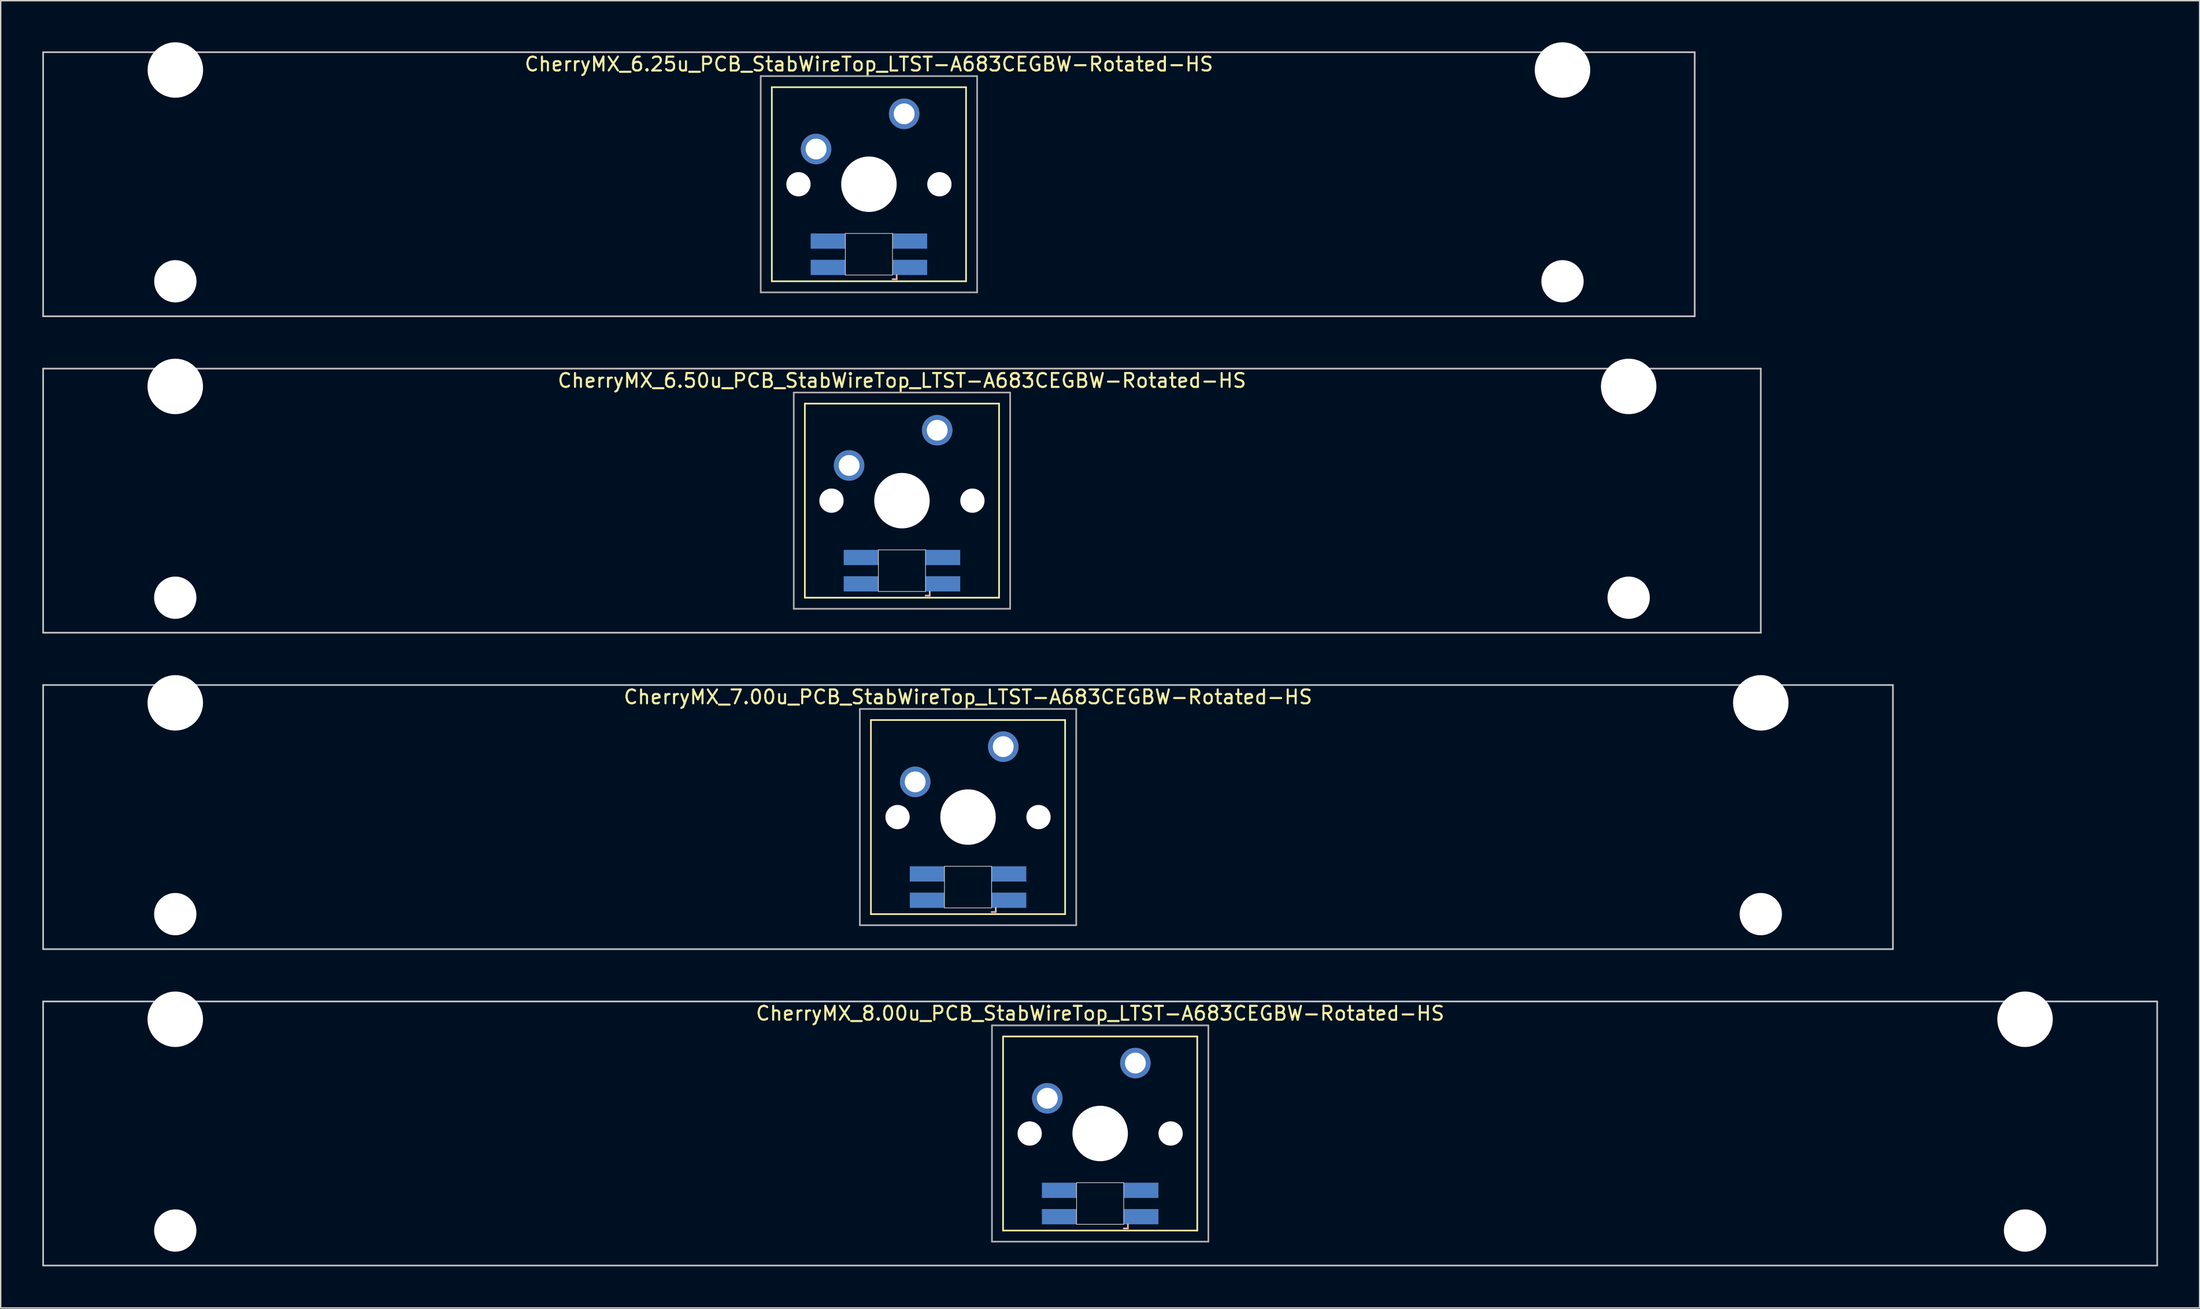
<source format=kicad_pcb>
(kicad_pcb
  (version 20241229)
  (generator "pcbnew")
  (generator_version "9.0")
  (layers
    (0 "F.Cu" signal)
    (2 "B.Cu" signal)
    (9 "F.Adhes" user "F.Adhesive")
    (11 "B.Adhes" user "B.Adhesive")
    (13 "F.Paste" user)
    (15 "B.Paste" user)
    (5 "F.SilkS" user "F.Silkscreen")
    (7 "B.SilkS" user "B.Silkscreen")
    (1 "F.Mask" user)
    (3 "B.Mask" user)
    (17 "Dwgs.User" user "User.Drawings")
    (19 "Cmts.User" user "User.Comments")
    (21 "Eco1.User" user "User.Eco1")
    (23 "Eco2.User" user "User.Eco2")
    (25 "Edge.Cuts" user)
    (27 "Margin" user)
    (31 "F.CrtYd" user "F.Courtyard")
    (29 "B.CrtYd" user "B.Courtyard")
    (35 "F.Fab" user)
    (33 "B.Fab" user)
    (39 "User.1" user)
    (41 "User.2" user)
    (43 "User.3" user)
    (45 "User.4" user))
  (footprint "CherryMX_6.50u_PCB_StabWireTop_LTST-A683CEGBW-Rotated-HS"
    (layer "F.Cu")
    (at 61.972 33.065)
    (property "Reference" "CherryMX_6.50u_PCB_StabWireTop_LTST-A683CEGBW-Rotated-HS" (at 0 -8.662 0) (layer "F.SilkS") (effects (font (size 1 1) (thickness 0.15))))
    (attr through_hole)
    (fp_line (start -7 -7) (end -7 7) (stroke (width 0.12) (type solid)) (layer "F.SilkS"))
    (fp_line (start -7 -7) (end 7 -7) (stroke (width 0.12) (type solid)) (layer "F.SilkS"))
    (fp_line (start 7 -7) (end 7 7) (stroke (width 0.12) (type solid)) (layer "F.SilkS"))
    (fp_line (start 7 7) (end -7 7) (stroke (width 0.12) (type solid)) (layer "F.SilkS"))
    (fp_line (start 1.7 6.85) (end 2 6.85) (stroke (width 0.12) (type solid)) (layer "B.SilkS"))
    (fp_line (start 2 6.85) (end 2 6.55) (stroke (width 0.12) (type solid)) (layer "B.SilkS"))
    (fp_line (start -61.913 -9.525) (end 61.913 -9.525) (stroke (width 0.12) (type solid)) (layer "Dwgs.User"))
    (fp_line (start -61.913 9.525) (end -61.913 -9.525) (stroke (width 0.12) (type solid)) (layer "Dwgs.User"))
    (fp_line (start 61.913 -9.525) (end 61.913 9.525) (stroke (width 0.12) (type solid)) (layer "Dwgs.User"))
    (fp_line (start 61.913 9.525) (end -61.913 9.525) (stroke (width 0.12) (type solid)) (layer "Dwgs.User"))
    (fp_line (start -1.7 3.55) (end 1.7 3.55) (stroke (width 0.05) (type solid)) (layer "Edge.Cuts"))
    (fp_line (start -1.7 6.55) (end -1.7 3.55) (stroke (width 0.05) (type solid)) (layer "Edge.Cuts"))
    (fp_line (start 1.7 3.55) (end 1.7 6.55) (stroke (width 0.05) (type solid)) (layer "Edge.Cuts"))
    (fp_line (start 1.7 6.55) (end -1.7 6.55) (stroke (width 0.05) (type solid)) (layer "Edge.Cuts"))
    (fp_line (start -7.8 -7.8) (end -7.8 7.8) (stroke (width 0.12) (type solid)) (layer "F.Fab"))
    (fp_line (start -7.8 -7.8) (end 7.8 -7.8) (stroke (width 0.12) (type solid)) (layer "F.Fab"))
    (fp_line (start -7.8 7.8) (end 7.8 7.8) (stroke (width 0.12) (type solid)) (layer "F.Fab"))
    (fp_line (start 7.8 -7.8) (end 7.8 7.8) (stroke (width 0.12) (type solid)) (layer "F.Fab"))
    (pad "" np_thru_hole circle (at -52.388 -8.24) (size 4 4) (drill 4) (layers "*.Cu" "*.Mask"))
    (pad "" np_thru_hole circle (at -52.388 7) (size 3.05 3.05) (drill 3.05) (layers "*.Cu" "*.Mask"))
    (pad "" np_thru_hole circle (at -5.08 0) (size 1.75 1.75) (drill 1.75) (layers "*.Cu" "*.Mask"))
    (pad "" np_thru_hole circle (at 0 0) (size 4 4) (drill 4) (layers "*.Cu" "*.Mask"))
    (pad "" np_thru_hole circle (at 5.08 0) (size 1.75 1.75) (drill 1.75) (layers "*.Cu" "*.Mask"))
    (pad "" np_thru_hole circle (at 52.388 -8.24) (size 4 4) (drill 4) (layers "*.Cu" "*.Mask"))
    (pad "" np_thru_hole circle (at 52.388 7) (size 3.05 3.05) (drill 3.05) (layers "*.Cu" "*.Mask"))
    (pad "1" thru_hole circle (at -3.81 -2.54) (size 2.2 2.2) (drill 1.5) (layers "*.Cu" "*.Mask"))
    (pad "2" thru_hole circle (at 2.54 -5.08) (size 2.2 2.2) (drill 1.5) (layers "*.Cu" "*.Mask"))
    (pad "3" smd rect (at 2.95 6) (size 2.5 1.1) (layers "B.Cu" "B.Mask" "B.Paste"))
    (pad "4" smd rect (at 2.95 4.1) (size 2.5 1.1) (layers "B.Cu" "B.Mask" "B.Paste"))
    (pad "5" smd rect (at -2.95 6) (size 2.5 1.1) (layers "B.Cu" "B.Mask" "B.Paste"))
    (pad "6" smd rect (at -2.95 4.1) (size 2.5 1.1) (layers "B.Cu" "B.Mask" "B.Paste")))
  (footprint "CherryMX_8.00u_PCB_StabWireTop_LTST-A683CEGBW-Rotated-HS"
    (layer "F.Cu")
    (at 76.26 78.715)
    (property "Reference" "CherryMX_8.00u_PCB_StabWireTop_LTST-A683CEGBW-Rotated-HS" (at 0 -8.662 0) (layer "F.SilkS") (effects (font (size 1 1) (thickness 0.15))))
    (attr through_hole)
    (fp_line (start -7 -7) (end -7 7) (stroke (width 0.12) (type solid)) (layer "F.SilkS"))
    (fp_line (start -7 -7) (end 7 -7) (stroke (width 0.12) (type solid)) (layer "F.SilkS"))
    (fp_line (start 7 -7) (end 7 7) (stroke (width 0.12) (type solid)) (layer "F.SilkS"))
    (fp_line (start 7 7) (end -7 7) (stroke (width 0.12) (type solid)) (layer "F.SilkS"))
    (fp_line (start 1.7 6.85) (end 2 6.85) (stroke (width 0.12) (type solid)) (layer "B.SilkS"))
    (fp_line (start 2 6.85) (end 2 6.55) (stroke (width 0.12) (type solid)) (layer "B.SilkS"))
    (fp_line (start -76.2 -9.525) (end 76.2 -9.525) (stroke (width 0.12) (type solid)) (layer "Dwgs.User"))
    (fp_line (start -76.2 9.525) (end -76.2 -9.525) (stroke (width 0.12) (type solid)) (layer "Dwgs.User"))
    (fp_line (start 76.2 -9.525) (end 76.2 9.525) (stroke (width 0.12) (type solid)) (layer "Dwgs.User"))
    (fp_line (start 76.2 9.525) (end -76.2 9.525) (stroke (width 0.12) (type solid)) (layer "Dwgs.User"))
    (fp_line (start -1.7 3.55) (end 1.7 3.55) (stroke (width 0.05) (type solid)) (layer "Edge.Cuts"))
    (fp_line (start -1.7 6.55) (end -1.7 3.55) (stroke (width 0.05) (type solid)) (layer "Edge.Cuts"))
    (fp_line (start 1.7 3.55) (end 1.7 6.55) (stroke (width 0.05) (type solid)) (layer "Edge.Cuts"))
    (fp_line (start 1.7 6.55) (end -1.7 6.55) (stroke (width 0.05) (type solid)) (layer "Edge.Cuts"))
    (fp_line (start -7.8 -7.8) (end -7.8 7.8) (stroke (width 0.12) (type solid)) (layer "F.Fab"))
    (fp_line (start -7.8 -7.8) (end 7.8 -7.8) (stroke (width 0.12) (type solid)) (layer "F.Fab"))
    (fp_line (start -7.8 7.8) (end 7.8 7.8) (stroke (width 0.12) (type solid)) (layer "F.Fab"))
    (fp_line (start 7.8 -7.8) (end 7.8 7.8) (stroke (width 0.12) (type solid)) (layer "F.Fab"))
    (pad "" np_thru_hole circle (at -66.675 -8.24) (size 4 4) (drill 4) (layers "*.Cu" "*.Mask"))
    (pad "" np_thru_hole circle (at -66.675 7) (size 3.05 3.05) (drill 3.05) (layers "*.Cu" "*.Mask"))
    (pad "" np_thru_hole circle (at -5.08 0) (size 1.75 1.75) (drill 1.75) (layers "*.Cu" "*.Mask"))
    (pad "" np_thru_hole circle (at 0 0) (size 4 4) (drill 4) (layers "*.Cu" "*.Mask"))
    (pad "" np_thru_hole circle (at 5.08 0) (size 1.75 1.75) (drill 1.75) (layers "*.Cu" "*.Mask"))
    (pad "" np_thru_hole circle (at 66.675 -8.24) (size 4 4) (drill 4) (layers "*.Cu" "*.Mask"))
    (pad "" np_thru_hole circle (at 66.675 7) (size 3.05 3.05) (drill 3.05) (layers "*.Cu" "*.Mask"))
    (pad "1" thru_hole circle (at -3.81 -2.54) (size 2.2 2.2) (drill 1.5) (layers "*.Cu" "*.Mask"))
    (pad "2" thru_hole circle (at 2.54 -5.08) (size 2.2 2.2) (drill 1.5) (layers "*.Cu" "*.Mask"))
    (pad "3" smd rect (at 2.95 6) (size 2.5 1.1) (layers "B.Cu" "B.Mask" "B.Paste"))
    (pad "4" smd rect (at 2.95 4.1) (size 2.5 1.1) (layers "B.Cu" "B.Mask" "B.Paste"))
    (pad "5" smd rect (at -2.95 6) (size 2.5 1.1) (layers "B.Cu" "B.Mask" "B.Paste"))
    (pad "6" smd rect (at -2.95 4.1) (size 2.5 1.1) (layers "B.Cu" "B.Mask" "B.Paste")))
  (footprint "CherryMX_7.00u_PCB_StabWireTop_LTST-A683CEGBW-Rotated-HS"
    (layer "F.Cu")
    (at 66.735 55.89)
    (property "Reference" "CherryMX_7.00u_PCB_StabWireTop_LTST-A683CEGBW-Rotated-HS" (at 0 -8.662 0) (layer "F.SilkS") (effects (font (size 1 1) (thickness 0.15))))
    (attr through_hole)
    (fp_line (start -7 -7) (end -7 7) (stroke (width 0.12) (type solid)) (layer "F.SilkS"))
    (fp_line (start -7 -7) (end 7 -7) (stroke (width 0.12) (type solid)) (layer "F.SilkS"))
    (fp_line (start 7 -7) (end 7 7) (stroke (width 0.12) (type solid)) (layer "F.SilkS"))
    (fp_line (start 7 7) (end -7 7) (stroke (width 0.12) (type solid)) (layer "F.SilkS"))
    (fp_line (start 1.7 6.85) (end 2 6.85) (stroke (width 0.12) (type solid)) (layer "B.SilkS"))
    (fp_line (start 2 6.85) (end 2 6.55) (stroke (width 0.12) (type solid)) (layer "B.SilkS"))
    (fp_line (start -66.675 -9.525) (end 66.675 -9.525) (stroke (width 0.12) (type solid)) (layer "Dwgs.User"))
    (fp_line (start -66.675 9.525) (end -66.675 -9.525) (stroke (width 0.12) (type solid)) (layer "Dwgs.User"))
    (fp_line (start 66.675 -9.525) (end 66.675 9.525) (stroke (width 0.12) (type solid)) (layer "Dwgs.User"))
    (fp_line (start 66.675 9.525) (end -66.675 9.525) (stroke (width 0.12) (type solid)) (layer "Dwgs.User"))
    (fp_line (start -1.7 3.55) (end 1.7 3.55) (stroke (width 0.05) (type solid)) (layer "Edge.Cuts"))
    (fp_line (start -1.7 6.55) (end -1.7 3.55) (stroke (width 0.05) (type solid)) (layer "Edge.Cuts"))
    (fp_line (start 1.7 3.55) (end 1.7 6.55) (stroke (width 0.05) (type solid)) (layer "Edge.Cuts"))
    (fp_line (start 1.7 6.55) (end -1.7 6.55) (stroke (width 0.05) (type solid)) (layer "Edge.Cuts"))
    (fp_line (start -7.8 -7.8) (end -7.8 7.8) (stroke (width 0.12) (type solid)) (layer "F.Fab"))
    (fp_line (start -7.8 -7.8) (end 7.8 -7.8) (stroke (width 0.12) (type solid)) (layer "F.Fab"))
    (fp_line (start -7.8 7.8) (end 7.8 7.8) (stroke (width 0.12) (type solid)) (layer "F.Fab"))
    (fp_line (start 7.8 -7.8) (end 7.8 7.8) (stroke (width 0.12) (type solid)) (layer "F.Fab"))
    (pad "" np_thru_hole circle (at -57.15 -8.24) (size 4 4) (drill 4) (layers "*.Cu" "*.Mask"))
    (pad "" np_thru_hole circle (at -57.15 7) (size 3.05 3.05) (drill 3.05) (layers "*.Cu" "*.Mask"))
    (pad "" np_thru_hole circle (at -5.08 0) (size 1.75 1.75) (drill 1.75) (layers "*.Cu" "*.Mask"))
    (pad "" np_thru_hole circle (at 0 0) (size 4 4) (drill 4) (layers "*.Cu" "*.Mask"))
    (pad "" np_thru_hole circle (at 5.08 0) (size 1.75 1.75) (drill 1.75) (layers "*.Cu" "*.Mask"))
    (pad "" np_thru_hole circle (at 57.15 -8.24) (size 4 4) (drill 4) (layers "*.Cu" "*.Mask"))
    (pad "" np_thru_hole circle (at 57.15 7) (size 3.05 3.05) (drill 3.05) (layers "*.Cu" "*.Mask"))
    (pad "1" thru_hole circle (at -3.81 -2.54) (size 2.2 2.2) (drill 1.5) (layers "*.Cu" "*.Mask"))
    (pad "2" thru_hole circle (at 2.54 -5.08) (size 2.2 2.2) (drill 1.5) (layers "*.Cu" "*.Mask"))
    (pad "3" smd rect (at 2.95 6) (size 2.5 1.1) (layers "B.Cu" "B.Mask" "B.Paste"))
    (pad "4" smd rect (at 2.95 4.1) (size 2.5 1.1) (layers "B.Cu" "B.Mask" "B.Paste"))
    (pad "5" smd rect (at -2.95 6) (size 2.5 1.1) (layers "B.Cu" "B.Mask" "B.Paste"))
    (pad "6" smd rect (at -2.95 4.1) (size 2.5 1.1) (layers "B.Cu" "B.Mask" "B.Paste")))
  (footprint "CherryMX_6.25u_PCB_StabWireTop_LTST-A683CEGBW-Rotated-HS"
    (layer "F.Cu")
    (at 59.591 10.24)
    (property "Reference" "CherryMX_6.25u_PCB_StabWireTop_LTST-A683CEGBW-Rotated-HS" (at 0 -8.662 0) (layer "F.SilkS") (effects (font (size 1 1) (thickness 0.15))))
    (attr through_hole)
    (fp_line (start -7 -7) (end -7 7) (stroke (width 0.12) (type solid)) (layer "F.SilkS"))
    (fp_line (start -7 -7) (end 7 -7) (stroke (width 0.12) (type solid)) (layer "F.SilkS"))
    (fp_line (start 7 -7) (end 7 7) (stroke (width 0.12) (type solid)) (layer "F.SilkS"))
    (fp_line (start 7 7) (end -7 7) (stroke (width 0.12) (type solid)) (layer "F.SilkS"))
    (fp_line (start 1.7 6.85) (end 2 6.85) (stroke (width 0.12) (type solid)) (layer "B.SilkS"))
    (fp_line (start 2 6.85) (end 2 6.55) (stroke (width 0.12) (type solid)) (layer "B.SilkS"))
    (fp_line (start -59.531 -9.525) (end 59.531 -9.525) (stroke (width 0.12) (type solid)) (layer "Dwgs.User"))
    (fp_line (start -59.531 9.525) (end -59.531 -9.525) (stroke (width 0.12) (type solid)) (layer "Dwgs.User"))
    (fp_line (start 59.531 -9.525) (end 59.531 9.525) (stroke (width 0.12) (type solid)) (layer "Dwgs.User"))
    (fp_line (start 59.531 9.525) (end -59.531 9.525) (stroke (width 0.12) (type solid)) (layer "Dwgs.User"))
    (fp_line (start -1.7 3.55) (end 1.7 3.55) (stroke (width 0.05) (type solid)) (layer "Edge.Cuts"))
    (fp_line (start -1.7 6.55) (end -1.7 3.55) (stroke (width 0.05) (type solid)) (layer "Edge.Cuts"))
    (fp_line (start 1.7 3.55) (end 1.7 6.55) (stroke (width 0.05) (type solid)) (layer "Edge.Cuts"))
    (fp_line (start 1.7 6.55) (end -1.7 6.55) (stroke (width 0.05) (type solid)) (layer "Edge.Cuts"))
    (fp_line (start -7.8 -7.8) (end -7.8 7.8) (stroke (width 0.12) (type solid)) (layer "F.Fab"))
    (fp_line (start -7.8 -7.8) (end 7.8 -7.8) (stroke (width 0.12) (type solid)) (layer "F.Fab"))
    (fp_line (start -7.8 7.8) (end 7.8 7.8) (stroke (width 0.12) (type solid)) (layer "F.Fab"))
    (fp_line (start 7.8 -7.8) (end 7.8 7.8) (stroke (width 0.12) (type solid)) (layer "F.Fab"))
    (pad "" np_thru_hole circle (at -50 -8.24) (size 4 4) (drill 4) (layers "*.Cu" "*.Mask"))
    (pad "" np_thru_hole circle (at -50 7) (size 3.05 3.05) (drill 3.05) (layers "*.Cu" "*.Mask"))
    (pad "" np_thru_hole circle (at -5.08 0) (size 1.75 1.75) (drill 1.75) (layers "*.Cu" "*.Mask"))
    (pad "" np_thru_hole circle (at 0 0) (size 4 4) (drill 4) (layers "*.Cu" "*.Mask"))
    (pad "" np_thru_hole circle (at 5.08 0) (size 1.75 1.75) (drill 1.75) (layers "*.Cu" "*.Mask"))
    (pad "" np_thru_hole circle (at 50 -8.24) (size 4 4) (drill 4) (layers "*.Cu" "*.Mask"))
    (pad "" np_thru_hole circle (at 50 7) (size 3.05 3.05) (drill 3.05) (layers "*.Cu" "*.Mask"))
    (pad "1" thru_hole circle (at -3.81 -2.54) (size 2.2 2.2) (drill 1.5) (layers "*.Cu" "*.Mask"))
    (pad "2" thru_hole circle (at 2.54 -5.08) (size 2.2 2.2) (drill 1.5) (layers "*.Cu" "*.Mask"))
    (pad "3" smd rect (at 2.95 6) (size 2.5 1.1) (layers "B.Cu" "B.Mask" "B.Paste"))
    (pad "4" smd rect (at 2.95 4.1) (size 2.5 1.1) (layers "B.Cu" "B.Mask" "B.Paste"))
    (pad "5" smd rect (at -2.95 6) (size 2.5 1.1) (layers "B.Cu" "B.Mask" "B.Paste"))
    (pad "6" smd rect (at -2.95 4.1) (size 2.5 1.1) (layers "B.Cu" "B.Mask" "B.Paste")))
  (gr_rect
    (start -3 -3)
    (end 155.52 91.3)
    (stroke (width 0.1) (type default))
    (fill no)
    (layer "Edge.Cuts")))
</source>
